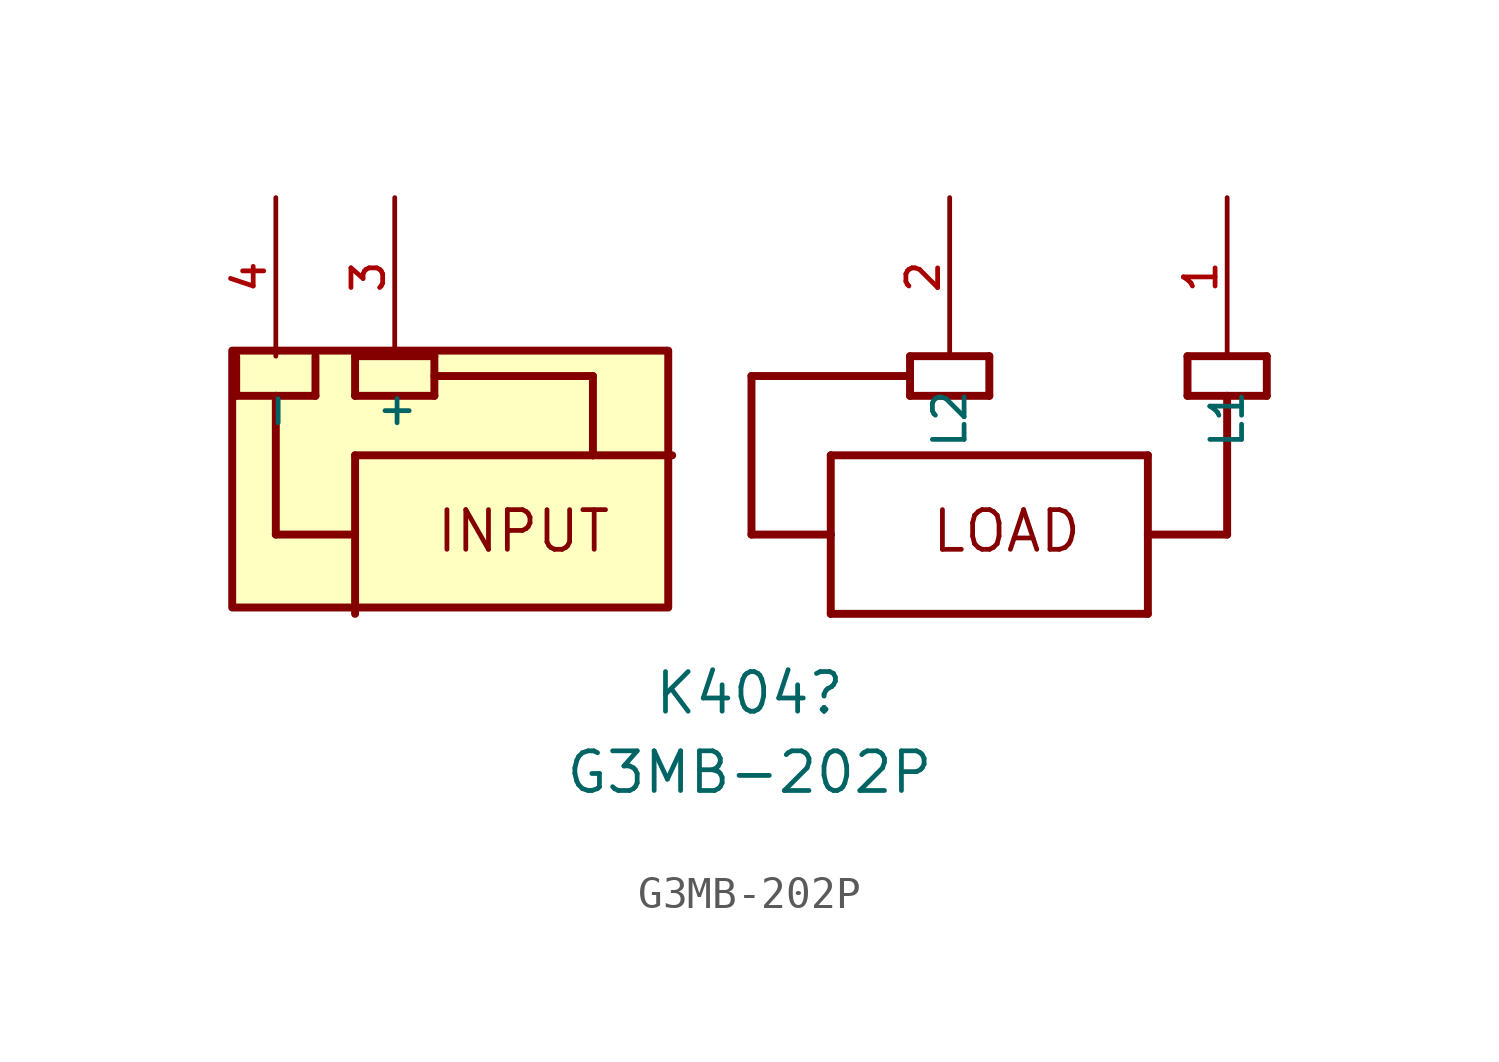
<source format=kicad_sym>
(kicad_symbol_lib
  (version 20211014)
  (generator kicad_symbol_editor)
  (symbol "G3MB-202P"
    (pin_names
      (offset 1.016))
    (property "Reference" "K404"
      (at -0.064 -5.08 0)
      (effects (font (size 1.27 1.27))))
    (property "Value" "G3MB-202P"
      (at -0.064 -7.62 0)
      (effects (font (size 1.27 1.27))))
    (symbol "G3MB-202P_0_0"
      (rectangle (start -16.637 -2.337) (end -2.667 5.893) (stroke (width 0.254) (type default) (color 0 0 0 0)) (fill (type background)))
      (polyline (pts (xy -16.51 4.445) (xy -16.51 5.715)) (stroke (width 0.254) (type default) (color 0 0 0 0)) (fill (type none)))
      (polyline (pts (xy -15.24 4.445) (xy -16.51 4.445)) (stroke (width 0.254) (type default) (color 0 0 0 0)) (fill (type none)))
      (polyline (pts (xy -15.24 4.445) (xy -15.24 0)) (stroke (width 0.254) (type default) (color 0 0 0 0)) (fill (type none)))
      (polyline (pts (xy -13.97 4.445) (xy -15.24 4.445)) (stroke (width 0.254) (type default) (color 0 0 0 0)) (fill (type none)))
      (polyline (pts (xy -13.97 5.715) (xy -13.97 4.445)) (stroke (width 0.254) (type default) (color 0 0 0 0)) (fill (type none)))
      (polyline (pts (xy -12.7 -2.54) (xy -12.7 0)) (stroke (width 0.254) (type default) (color 0 0 0 0)) (fill (type none)))
      (polyline (pts (xy -12.7 0) (xy -15.24 0)) (stroke (width 0.254) (type default) (color 0 0 0 0)) (fill (type none)))
      (polyline (pts (xy -12.7 0) (xy -12.7 2.54)) (stroke (width 0.254) (type default) (color 0 0 0 0)) (fill (type none)))
      (polyline (pts (xy -12.7 2.54) (xy -5.08 2.54)) (stroke (width 0.254) (type default) (color 0 0 0 0)) (fill (type none)))
      (polyline (pts (xy -12.7 4.445) (xy -12.7 5.715)) (stroke (width 0.254) (type default) (color 0 0 0 0)) (fill (type none)))
      (polyline (pts (xy -12.7 5.715) (xy -10.16 5.715)) (stroke (width 0.254) (type default) (color 0 0 0 0)) (fill (type none)))
      (polyline (pts (xy -10.16 4.445) (xy -12.7 4.445)) (stroke (width 0.254) (type default) (color 0 0 0 0)) (fill (type none)))
      (polyline (pts (xy -10.16 5.715) (xy -10.16 4.445)) (stroke (width 0.254) (type default) (color 0 0 0 0)) (fill (type none)))
      (polyline (pts (xy -5.08 2.54) (xy -5.08 5.08)) (stroke (width 0.254) (type default) (color 0 0 0 0)) (fill (type none)))
      (polyline (pts (xy -5.08 2.54) (xy -2.54 2.54)) (stroke (width 0.254) (type default) (color 0 0 0 0)) (fill (type none)))
      (polyline (pts (xy -5.08 5.08) (xy -10.16 5.08)) (stroke (width 0.254) (type default) (color 0 0 0 0)) (fill (type none)))
      (polyline (pts (xy 0 0) (xy 0 5.08)) (stroke (width 0.254) (type default) (color 0 0 0 0)) (fill (type none)))
      (polyline (pts (xy 0 5.08) (xy 5.08 5.08)) (stroke (width 0.254) (type default) (color 0 0 0 0)) (fill (type none)))
      (polyline (pts (xy 2.54 -2.54) (xy 12.7 -2.54)) (stroke (width 0.254) (type default) (color 0 0 0 0)) (fill (type none)))
      (polyline (pts (xy 2.54 0) (xy 0 0)) (stroke (width 0.254) (type default) (color 0 0 0 0)) (fill (type none)))
      (polyline (pts (xy 2.54 0) (xy 2.54 -2.54)) (stroke (width 0.254) (type default) (color 0 0 0 0)) (fill (type none)))
      (polyline (pts (xy 2.54 2.54) (xy 2.54 0)) (stroke (width 0.254) (type default) (color 0 0 0 0)) (fill (type none)))
      (polyline (pts (xy 5.08 4.445) (xy 7.62 4.445)) (stroke (width 0.254) (type default) (color 0 0 0 0)) (fill (type none)))
      (polyline (pts (xy 5.08 5.715) (xy 5.08 4.445)) (stroke (width 0.254) (type default) (color 0 0 0 0)) (fill (type none)))
      (polyline (pts (xy 7.62 4.445) (xy 7.62 5.715)) (stroke (width 0.254) (type default) (color 0 0 0 0)) (fill (type none)))
      (polyline (pts (xy 7.62 5.715) (xy 5.08 5.715)) (stroke (width 0.254) (type default) (color 0 0 0 0)) (fill (type none)))
      (polyline (pts (xy 12.7 -2.54) (xy 12.7 0)) (stroke (width 0.254) (type default) (color 0 0 0 0)) (fill (type none)))
      (polyline (pts (xy 12.7 0) (xy 12.7 2.54)) (stroke (width 0.254) (type default) (color 0 0 0 0)) (fill (type none)))
      (polyline (pts (xy 12.7 0) (xy 15.24 0)) (stroke (width 0.254) (type default) (color 0 0 0 0)) (fill (type none)))
      (polyline (pts (xy 12.7 2.54) (xy 2.54 2.54)) (stroke (width 0.254) (type default) (color 0 0 0 0)) (fill (type none)))
      (polyline (pts (xy 13.97 4.445) (xy 15.24 4.445)) (stroke (width 0.254) (type default) (color 0 0 0 0)) (fill (type none)))
      (polyline (pts (xy 13.97 5.715) (xy 13.97 4.445)) (stroke (width 0.254) (type default) (color 0 0 0 0)) (fill (type none)))
      (polyline (pts (xy 15.24 4.445) (xy 15.24 0)) (stroke (width 0.254) (type default) (color 0 0 0 0)) (fill (type none)))
      (polyline (pts (xy 15.24 4.445) (xy 16.51 4.445)) (stroke (width 0.254) (type default) (color 0 0 0 0)) (fill (type none)))
      (polyline (pts (xy 16.51 4.445) (xy 16.51 5.715)) (stroke (width 0.254) (type default) (color 0 0 0 0)) (fill (type none)))
      (polyline (pts (xy 16.51 5.715) (xy 13.97 5.715)) (stroke (width 0.254) (type default) (color 0 0 0 0)) (fill (type none)))
      (text "INPUT" (at -10.16 -0.635 0) (effects (font (size 1.27 1.27)) (justify left bottom)))
      (text "LOAD" (at 5.715 -0.635 0) (effects (font (size 1.27 1.27)) (justify left bottom)))
      (pin passive line (at 15.24 10.795 270) (length 5.08) (name "L1" (effects (font (size 1.016 1.016)))) (number "1" (effects (font (size 1.016 1.016)))))
      (pin passive line (at 6.35 10.795 270) (length 5.08) (name "L2" (effects (font (size 1.016 1.016)))) (number "2" (effects (font (size 1.016 1.016)))))
      (pin input line (at -11.43 10.795 270) (length 5.08) (name "+" (effects (font (size 1.016 1.016)))) (number "3" (effects (font (size 1.016 1.016)))))
      (pin input line (at -15.24 10.795 270) (length 5.08) (name "-" (effects (font (size 1.016 1.016)))) (number "4" (effects (font (size 1.016 1.016))))))))
</source>
